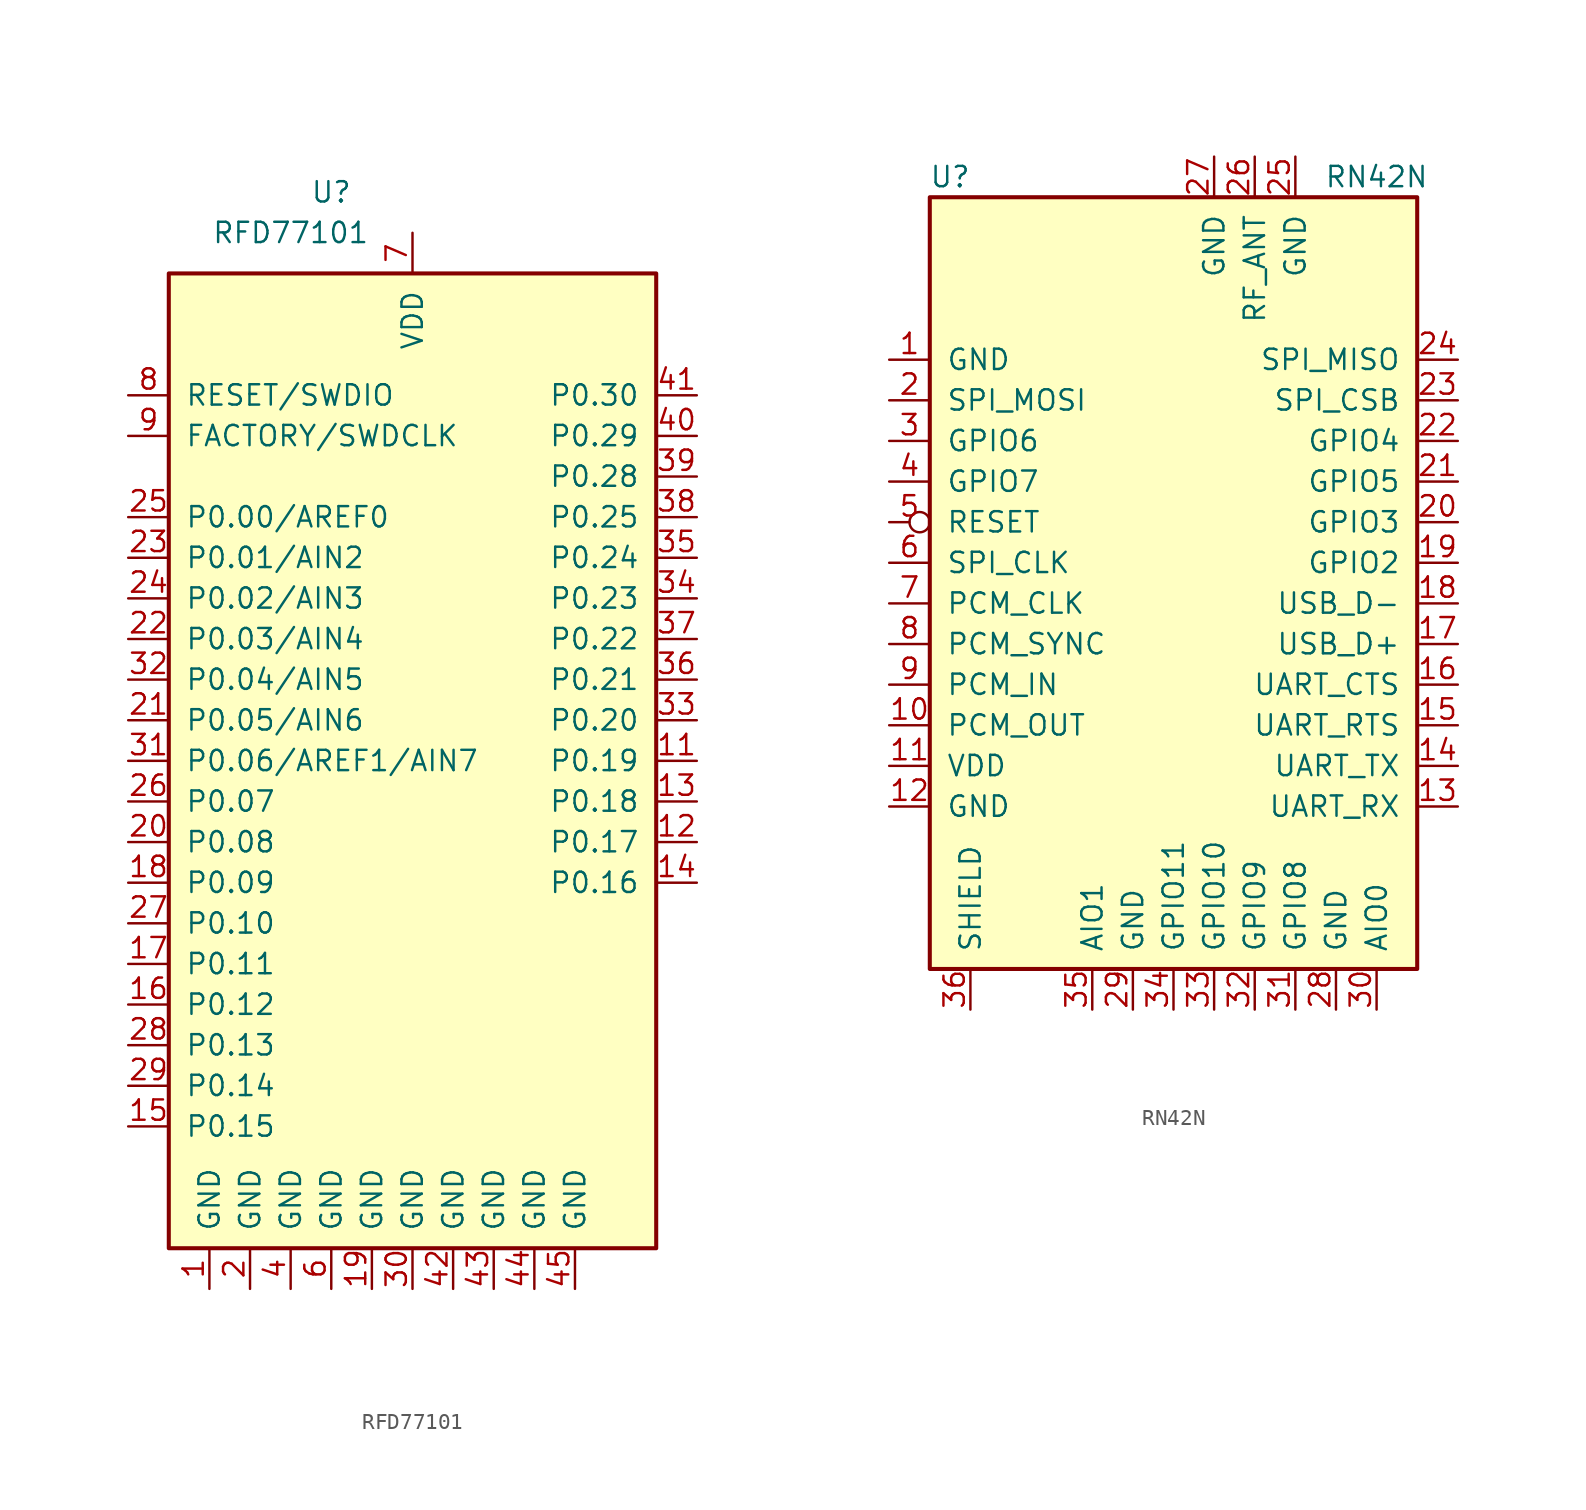
<source format=kicad_sym>
(kicad_symbol_lib
  (version 20201005)
  (generator kicad_symbol_editor)
  (symbol "RF_Bluetooth:RFD77101"
    (pin_names
      (offset 1.016))
    (property "Reference" "U"
      (at -5.08 35.56 0)
      (effects (font (size 1.27 1.27))))
    (property "Value" "RFD77101"
      (at -7.62 33.02 0)
      (effects (font (size 1.27 1.27))))
    (symbol "RFD77101_0_1"
      (rectangle (start -15.24 30.48) (end 15.24 -30.48) (stroke (width 0.254)) (fill (type background))))
    (symbol "RFD77101_1_1"
      (pin power_in line (at -12.7 -33.02 90) (length 2.54) (name "GND" (effects (font (size 1.27 1.27)))) (number "1" (effects (font (size 1.27 1.27)))))
      (pin no_connect line (at 15.24 -20.32 180) (length 2.54) hide (name "NC" (effects (font (size 1.27 1.27)))) (number "10" (effects (font (size 1.27 1.27)))))
      (pin bidirectional line (at 17.78 0 180) (length 2.54) (name "P0.19" (effects (font (size 1.27 1.27)))) (number "11" (effects (font (size 1.27 1.27)))))
      (pin bidirectional line (at 17.78 -5.08 180) (length 2.54) (name "P0.17" (effects (font (size 1.27 1.27)))) (number "12" (effects (font (size 1.27 1.27)))))
      (pin bidirectional line (at 17.78 -2.54 180) (length 2.54) (name "P0.18" (effects (font (size 1.27 1.27)))) (number "13" (effects (font (size 1.27 1.27)))))
      (pin bidirectional line (at 17.78 -7.62 180) (length 2.54) (name "P0.16" (effects (font (size 1.27 1.27)))) (number "14" (effects (font (size 1.27 1.27)))))
      (pin bidirectional line (at -17.78 -22.86 0) (length 2.54) (name "P0.15" (effects (font (size 1.27 1.27)))) (number "15" (effects (font (size 1.27 1.27)))))
      (pin bidirectional line (at -17.78 -15.24 0) (length 2.54) (name "P0.12" (effects (font (size 1.27 1.27)))) (number "16" (effects (font (size 1.27 1.27)))))
      (pin bidirectional line (at -17.78 -12.7 0) (length 2.54) (name "P0.11" (effects (font (size 1.27 1.27)))) (number "17" (effects (font (size 1.27 1.27)))))
      (pin bidirectional line (at -17.78 -7.62 0) (length 2.54) (name "P0.09" (effects (font (size 1.27 1.27)))) (number "18" (effects (font (size 1.27 1.27)))))
      (pin power_in line (at -2.54 -33.02 90) (length 2.54) (name "GND" (effects (font (size 1.27 1.27)))) (number "19" (effects (font (size 1.27 1.27)))))
      (pin power_in line (at -10.16 -33.02 90) (length 2.54) (name "GND" (effects (font (size 1.27 1.27)))) (number "2" (effects (font (size 1.27 1.27)))))
      (pin bidirectional line (at -17.78 -5.08 0) (length 2.54) (name "P0.08" (effects (font (size 1.27 1.27)))) (number "20" (effects (font (size 1.27 1.27)))))
      (pin bidirectional line (at -17.78 2.54 0) (length 2.54) (name "P0.05/AIN6" (effects (font (size 1.27 1.27)))) (number "21" (effects (font (size 1.27 1.27)))))
      (pin bidirectional line (at -17.78 7.62 0) (length 2.54) (name "P0.03/AIN4" (effects (font (size 1.27 1.27)))) (number "22" (effects (font (size 1.27 1.27)))))
      (pin bidirectional line (at -17.78 12.7 0) (length 2.54) (name "P0.01/AIN2" (effects (font (size 1.27 1.27)))) (number "23" (effects (font (size 1.27 1.27)))))
      (pin bidirectional line (at -17.78 10.16 0) (length 2.54) (name "P0.02/AIN3" (effects (font (size 1.27 1.27)))) (number "24" (effects (font (size 1.27 1.27)))))
      (pin bidirectional line (at -17.78 15.24 0) (length 2.54) (name "P0.00/AREF0" (effects (font (size 1.27 1.27)))) (number "25" (effects (font (size 1.27 1.27)))))
      (pin bidirectional line (at -17.78 -2.54 0) (length 2.54) (name "P0.07" (effects (font (size 1.27 1.27)))) (number "26" (effects (font (size 1.27 1.27)))))
      (pin bidirectional line (at -17.78 -10.16 0) (length 2.54) (name "P0.10" (effects (font (size 1.27 1.27)))) (number "27" (effects (font (size 1.27 1.27)))))
      (pin bidirectional line (at -17.78 -17.78 0) (length 2.54) (name "P0.13" (effects (font (size 1.27 1.27)))) (number "28" (effects (font (size 1.27 1.27)))))
      (pin bidirectional line (at -17.78 -20.32 0) (length 2.54) (name "P0.14" (effects (font (size 1.27 1.27)))) (number "29" (effects (font (size 1.27 1.27)))))
      (pin no_connect line (at 15.24 -15.24 180) (length 2.54) hide (name "NC" (effects (font (size 1.27 1.27)))) (number "3" (effects (font (size 1.27 1.27)))))
      (pin power_in line (at 0 -33.02 90) (length 2.54) (name "GND" (effects (font (size 1.27 1.27)))) (number "30" (effects (font (size 1.27 1.27)))))
      (pin bidirectional line (at -17.78 0 0) (length 2.54) (name "P0.06/AREF1/AIN7" (effects (font (size 1.27 1.27)))) (number "31" (effects (font (size 1.27 1.27)))))
      (pin bidirectional line (at -17.78 5.08 0) (length 2.54) (name "P0.04/AIN5" (effects (font (size 1.27 1.27)))) (number "32" (effects (font (size 1.27 1.27)))))
      (pin bidirectional line (at 17.78 2.54 180) (length 2.54) (name "P0.20" (effects (font (size 1.27 1.27)))) (number "33" (effects (font (size 1.27 1.27)))))
      (pin bidirectional line (at 17.78 10.16 180) (length 2.54) (name "P0.23" (effects (font (size 1.27 1.27)))) (number "34" (effects (font (size 1.27 1.27)))))
      (pin bidirectional line (at 17.78 12.7 180) (length 2.54) (name "P0.24" (effects (font (size 1.27 1.27)))) (number "35" (effects (font (size 1.27 1.27)))))
      (pin bidirectional line (at 17.78 5.08 180) (length 2.54) (name "P0.21" (effects (font (size 1.27 1.27)))) (number "36" (effects (font (size 1.27 1.27)))))
      (pin bidirectional line (at 17.78 7.62 180) (length 2.54) (name "P0.22" (effects (font (size 1.27 1.27)))) (number "37" (effects (font (size 1.27 1.27)))))
      (pin bidirectional line (at 17.78 15.24 180) (length 2.54) (name "P0.25" (effects (font (size 1.27 1.27)))) (number "38" (effects (font (size 1.27 1.27)))))
      (pin bidirectional line (at 17.78 17.78 180) (length 2.54) (name "P0.28" (effects (font (size 1.27 1.27)))) (number "39" (effects (font (size 1.27 1.27)))))
      (pin power_in line (at -7.62 -33.02 90) (length 2.54) (name "GND" (effects (font (size 1.27 1.27)))) (number "4" (effects (font (size 1.27 1.27)))))
      (pin bidirectional line (at 17.78 20.32 180) (length 2.54) (name "P0.29" (effects (font (size 1.27 1.27)))) (number "40" (effects (font (size 1.27 1.27)))))
      (pin bidirectional line (at 17.78 22.86 180) (length 2.54) (name "P0.30" (effects (font (size 1.27 1.27)))) (number "41" (effects (font (size 1.27 1.27)))))
      (pin power_in line (at 2.54 -33.02 90) (length 2.54) (name "GND" (effects (font (size 1.27 1.27)))) (number "42" (effects (font (size 1.27 1.27)))))
      (pin power_in line (at 5.08 -33.02 90) (length 2.54) (name "GND" (effects (font (size 1.27 1.27)))) (number "43" (effects (font (size 1.27 1.27)))))
      (pin power_in line (at 7.62 -33.02 90) (length 2.54) (name "GND" (effects (font (size 1.27 1.27)))) (number "44" (effects (font (size 1.27 1.27)))))
      (pin power_in line (at 10.16 -33.02 90) (length 2.54) (name "GND" (effects (font (size 1.27 1.27)))) (number "45" (effects (font (size 1.27 1.27)))))
      (pin no_connect line (at 15.24 -17.78 180) (length 2.54) hide (name "NC" (effects (font (size 1.27 1.27)))) (number "5" (effects (font (size 1.27 1.27)))))
      (pin power_in line (at -5.08 -33.02 90) (length 2.54) (name "GND" (effects (font (size 1.27 1.27)))) (number "6" (effects (font (size 1.27 1.27)))))
      (pin power_in line (at 0 33.02 270) (length 2.54) (name "VDD" (effects (font (size 1.27 1.27)))) (number "7" (effects (font (size 1.27 1.27)))))
      (pin bidirectional line (at -17.78 22.86 0) (length 2.54) (name "RESET/SWDIO" (effects (font (size 1.27 1.27)))) (number "8" (effects (font (size 1.27 1.27)))))
      (pin input line (at -17.78 20.32 0) (length 2.54) (name "FACTORY/SWDCLK" (effects (font (size 1.27 1.27)))) (number "9" (effects (font (size 1.27 1.27)))))))
  (symbol "RF_Bluetooth:RN42N"
    (pin_names
      (offset 1.016))
    (property "Reference" "U"
      (at -13.97 26.67 0)
      (effects (font (size 1.27 1.27))))
    (property "Value" "RN42N"
      (at 12.7 26.67 0)
      (effects (font (size 1.27 1.27))))
    (symbol "RN42N_0_1"
      (rectangle (start -15.24 25.4) (end 15.24 -22.86) (stroke (width 0.254)) (fill (type background))))
    (symbol "RN42N_1_1"
      (pin power_in line (at -17.78 15.24 0) (length 2.54) (name "GND" (effects (font (size 1.27 1.27)))) (number "1" (effects (font (size 1.27 1.27)))))
      (pin output line (at -17.78 -7.62 0) (length 2.54) (name "PCM_OUT" (effects (font (size 1.27 1.27)))) (number "10" (effects (font (size 1.27 1.27)))))
      (pin power_in line (at -17.78 -10.16 0) (length 2.54) (name "VDD" (effects (font (size 1.27 1.27)))) (number "11" (effects (font (size 1.27 1.27)))))
      (pin power_in line (at -17.78 -12.7 0) (length 2.54) (name "GND" (effects (font (size 1.27 1.27)))) (number "12" (effects (font (size 1.27 1.27)))))
      (pin input line (at 17.78 -12.7 180) (length 2.54) (name "UART_RX" (effects (font (size 1.27 1.27)))) (number "13" (effects (font (size 1.27 1.27)))))
      (pin output line (at 17.78 -10.16 180) (length 2.54) (name "UART_TX" (effects (font (size 1.27 1.27)))) (number "14" (effects (font (size 1.27 1.27)))))
      (pin output line (at 17.78 -7.62 180) (length 2.54) (name "UART_RTS" (effects (font (size 1.27 1.27)))) (number "15" (effects (font (size 1.27 1.27)))))
      (pin input line (at 17.78 -5.08 180) (length 2.54) (name "UART_CTS" (effects (font (size 1.27 1.27)))) (number "16" (effects (font (size 1.27 1.27)))))
      (pin bidirectional line (at 17.78 -2.54 180) (length 2.54) (name "USB_D+" (effects (font (size 1.27 1.27)))) (number "17" (effects (font (size 1.27 1.27)))))
      (pin bidirectional line (at 17.78 0 180) (length 2.54) (name "USB_D-" (effects (font (size 1.27 1.27)))) (number "18" (effects (font (size 1.27 1.27)))))
      (pin bidirectional line (at 17.78 2.54 180) (length 2.54) (name "GPIO2" (effects (font (size 1.27 1.27)))) (number "19" (effects (font (size 1.27 1.27)))))
      (pin input line (at -17.78 12.7 0) (length 2.54) (name "SPI_MOSI" (effects (font (size 1.27 1.27)))) (number "2" (effects (font (size 1.27 1.27)))))
      (pin input line (at 17.78 5.08 180) (length 2.54) (name "GPIO3" (effects (font (size 1.27 1.27)))) (number "20" (effects (font (size 1.27 1.27)))))
      (pin bidirectional line (at 17.78 7.62 180) (length 2.54) (name "GPIO5" (effects (font (size 1.27 1.27)))) (number "21" (effects (font (size 1.27 1.27)))))
      (pin bidirectional line (at 17.78 10.16 180) (length 2.54) (name "GPIO4" (effects (font (size 1.27 1.27)))) (number "22" (effects (font (size 1.27 1.27)))))
      (pin input line (at 17.78 12.7 180) (length 2.54) (name "SPI_CSB" (effects (font (size 1.27 1.27)))) (number "23" (effects (font (size 1.27 1.27)))))
      (pin output line (at 17.78 15.24 180) (length 2.54) (name "SPI_MISO" (effects (font (size 1.27 1.27)))) (number "24" (effects (font (size 1.27 1.27)))))
      (pin power_in line (at 7.62 27.94 270) (length 2.54) (name "GND" (effects (font (size 1.27 1.27)))) (number "25" (effects (font (size 1.27 1.27)))))
      (pin bidirectional line (at 5.08 27.94 270) (length 2.54) (name "RF_ANT" (effects (font (size 1.27 1.27)))) (number "26" (effects (font (size 1.27 1.27)))))
      (pin power_in line (at 2.54 27.94 270) (length 2.54) (name "GND" (effects (font (size 1.27 1.27)))) (number "27" (effects (font (size 1.27 1.27)))))
      (pin power_in line (at 10.16 -25.4 90) (length 2.54) (name "GND" (effects (font (size 1.27 1.27)))) (number "28" (effects (font (size 1.27 1.27)))))
      (pin power_in line (at -2.54 -25.4 90) (length 2.54) (name "GND" (effects (font (size 1.27 1.27)))) (number "29" (effects (font (size 1.27 1.27)))))
      (pin input line (at -17.78 10.16 0) (length 2.54) (name "GPIO6" (effects (font (size 1.27 1.27)))) (number "3" (effects (font (size 1.27 1.27)))))
      (pin input line (at 12.7 -25.4 90) (length 2.54) (name "AIO0" (effects (font (size 1.27 1.27)))) (number "30" (effects (font (size 1.27 1.27)))))
      (pin output line (at 7.62 -25.4 90) (length 2.54) (name "GPIO8" (effects (font (size 1.27 1.27)))) (number "31" (effects (font (size 1.27 1.27)))))
      (pin bidirectional line (at 5.08 -25.4 90) (length 2.54) (name "GPIO9" (effects (font (size 1.27 1.27)))) (number "32" (effects (font (size 1.27 1.27)))))
      (pin bidirectional line (at 2.54 -25.4 90) (length 2.54) (name "GPIO10" (effects (font (size 1.27 1.27)))) (number "33" (effects (font (size 1.27 1.27)))))
      (pin bidirectional line (at 0 -25.4 90) (length 2.54) (name "GPIO11" (effects (font (size 1.27 1.27)))) (number "34" (effects (font (size 1.27 1.27)))))
      (pin input line (at -5.08 -25.4 90) (length 2.54) (name "AIO1" (effects (font (size 1.27 1.27)))) (number "35" (effects (font (size 1.27 1.27)))))
      (pin input line (at -12.7 -25.4 90) (length 2.54) (name "SHIELD" (effects (font (size 1.27 1.27)))) (number "36" (effects (font (size 1.27 1.27)))))
      (pin bidirectional line (at -17.78 7.62 0) (length 2.54) (name "GPIO7" (effects (font (size 1.27 1.27)))) (number "4" (effects (font (size 1.27 1.27)))))
      (pin input inverted (at -17.78 5.08 0) (length 2.54) (name "RESET" (effects (font (size 1.27 1.27)))) (number "5" (effects (font (size 1.27 1.27)))))
      (pin input line (at -17.78 2.54 0) (length 2.54) (name "SPI_CLK" (effects (font (size 1.27 1.27)))) (number "6" (effects (font (size 1.27 1.27)))))
      (pin bidirectional line (at -17.78 0 0) (length 2.54) (name "PCM_CLK" (effects (font (size 1.27 1.27)))) (number "7" (effects (font (size 1.27 1.27)))))
      (pin bidirectional line (at -17.78 -2.54 0) (length 2.54) (name "PCM_SYNC" (effects (font (size 1.27 1.27)))) (number "8" (effects (font (size 1.27 1.27)))))
      (pin input line (at -17.78 -5.08 0) (length 2.54) (name "PCM_IN" (effects (font (size 1.27 1.27)))) (number "9" (effects (font (size 1.27 1.27))))))))
</source>
